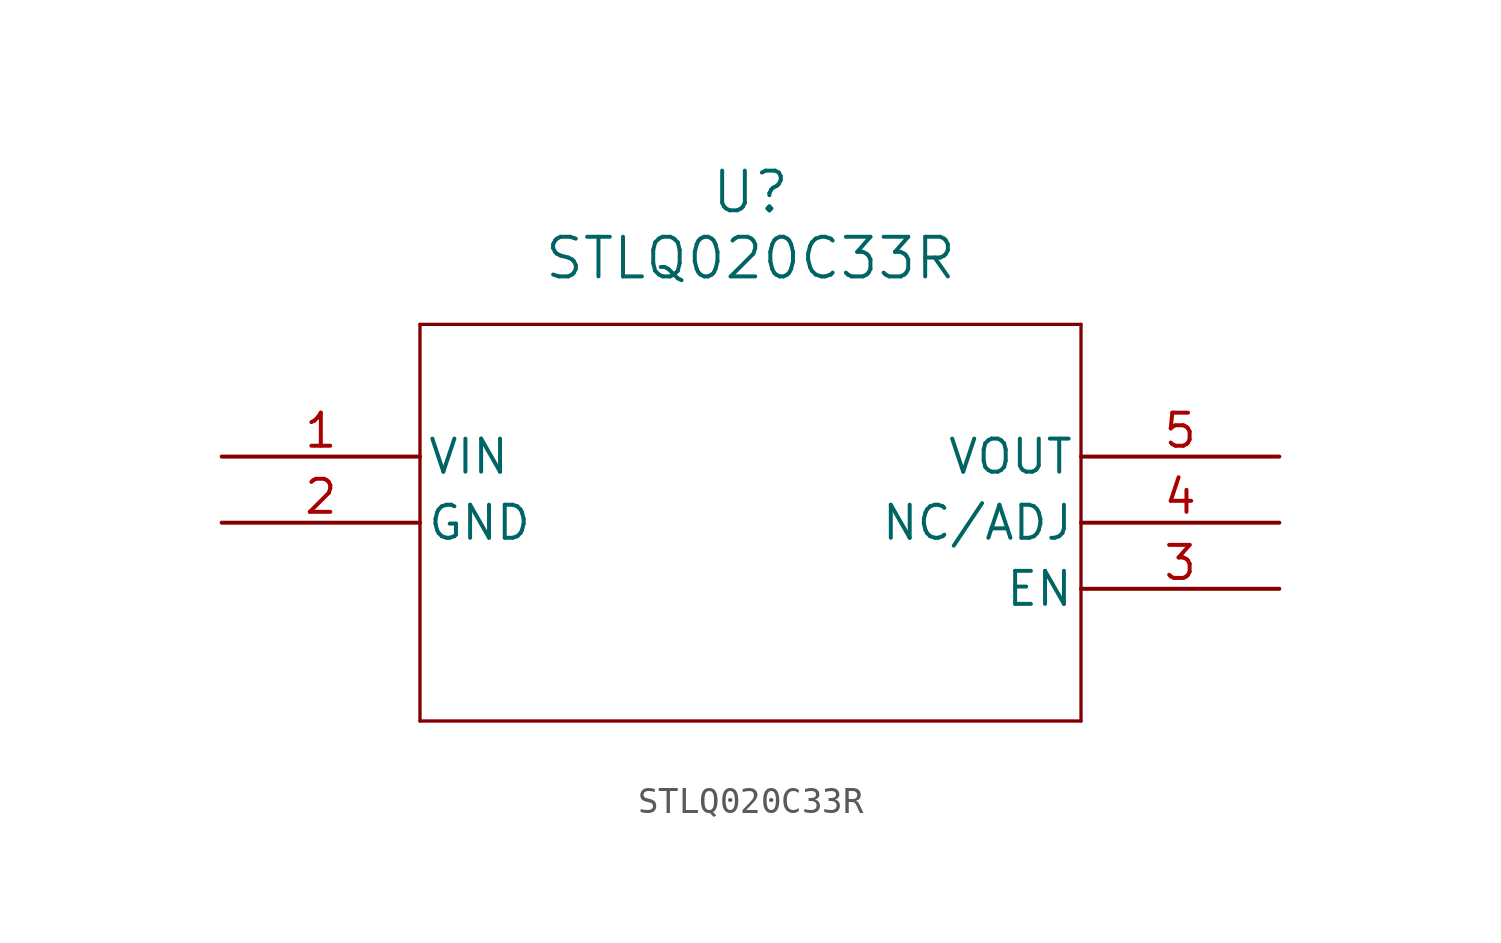
<source format=kicad_sym>
(kicad_symbol_lib
  (version 20211014)
  (generator kicad_symbol_editor)
  (symbol "STLQ020C33R"
    (pin_names
      (offset 0.254))
    (property "Reference" "U"
      (at 20.32 10.16 0)
      (effects (font (size 1.524 1.524))))
    (property "Value" "STLQ020C33R"
      (at 20.32 7.62 0)
      (effects (font (size 1.524 1.524))))
    (symbol "STLQ020C33R_0_1"
      (polyline (pts (xy 7.62 5.08) (xy 7.62 -10.16)) (stroke (width 0.127) (type default) (color 0 0 0 0)) (fill (type none)))
      (polyline (pts (xy 7.62 -10.16) (xy 33.02 -10.16)) (stroke (width 0.127) (type default) (color 0 0 0 0)) (fill (type none)))
      (polyline (pts (xy 33.02 -10.16) (xy 33.02 5.08)) (stroke (width 0.127) (type default) (color 0 0 0 0)) (fill (type none)))
      (polyline (pts (xy 33.02 5.08) (xy 7.62 5.08)) (stroke (width 0.127) (type default) (color 0 0 0 0)) (fill (type none)))
      (pin input line (at 0 0 0) (length 7.62) (name "VIN" (effects (font (size 1.27 1.27)))) (number "1" (effects (font (size 1.27 1.27)))))
      (pin power_in line (at 0 -2.54 0) (length 7.62) (name "GND" (effects (font (size 1.27 1.27)))) (number "2" (effects (font (size 1.27 1.27)))))
      (pin input line (at 40.64 -5.08 180) (length 7.62) (name "EN" (effects (font (size 1.27 1.27)))) (number "3" (effects (font (size 1.27 1.27)))))
      (pin bidirectional line (at 40.64 -2.54 180) (length 7.62) (name "NC/ADJ" (effects (font (size 1.27 1.27)))) (number "4" (effects (font (size 1.27 1.27)))))
      (pin output line (at 40.64 0 180) (length 7.62) (name "VOUT" (effects (font (size 1.27 1.27)))) (number "5" (effects (font (size 1.27 1.27))))))))
</source>
